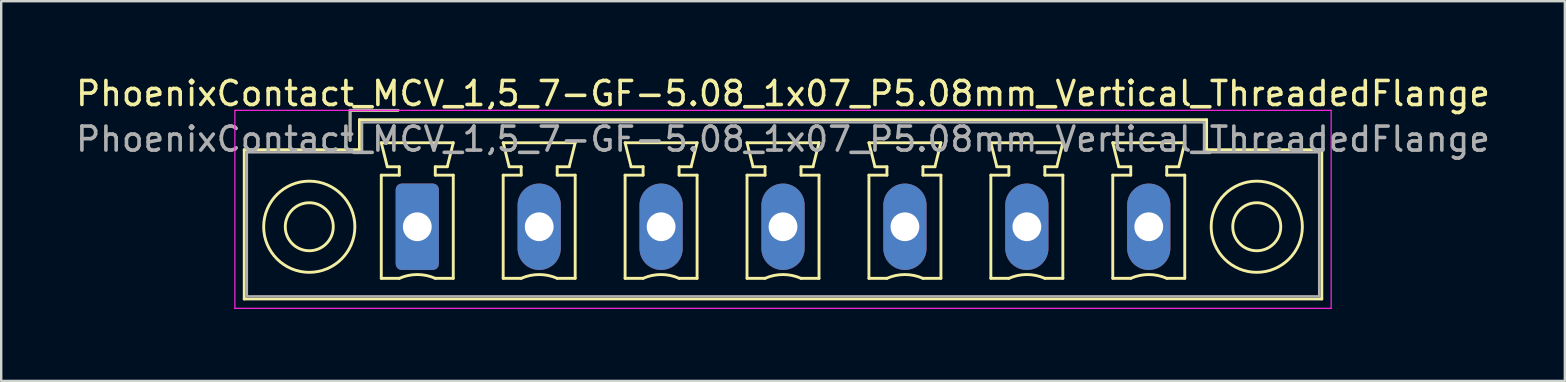
<source format=kicad_pcb>
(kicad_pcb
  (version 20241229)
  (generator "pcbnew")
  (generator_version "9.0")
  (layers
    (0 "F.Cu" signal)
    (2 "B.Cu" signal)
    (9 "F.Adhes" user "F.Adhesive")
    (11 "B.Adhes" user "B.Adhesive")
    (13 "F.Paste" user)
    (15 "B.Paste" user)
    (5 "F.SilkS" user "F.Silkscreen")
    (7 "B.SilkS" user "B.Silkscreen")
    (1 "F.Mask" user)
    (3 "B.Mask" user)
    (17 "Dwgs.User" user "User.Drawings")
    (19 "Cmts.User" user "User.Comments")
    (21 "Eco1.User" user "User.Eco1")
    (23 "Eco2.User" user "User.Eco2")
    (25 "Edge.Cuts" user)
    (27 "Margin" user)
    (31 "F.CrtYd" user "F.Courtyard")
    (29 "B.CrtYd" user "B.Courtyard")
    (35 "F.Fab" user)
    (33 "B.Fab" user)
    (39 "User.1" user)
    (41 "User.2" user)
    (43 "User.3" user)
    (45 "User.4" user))
  (footprint "PhoenixContact_MCV_1,5_7-GF-5.08_1x07_P5.08mm_Vertical_ThreadedFlange"
    (layer "F.Cu")
    (at 14.337 6.398)
    (property "Reference" "PhoenixContact_MCV_1,5_7-GF-5.08_1x07_P5.08mm_Vertical_ThreadedFlange" (at 15.24 -5.55 0) (layer "F.SilkS") (effects (font (size 1 1) (thickness 0.15))))
    (attr through_hole)
    (fp_line (start -7.21 -3.21) (end -7.21 3.01) (stroke (width 0.12) (type solid)) (layer "F.SilkS"))
    (fp_line (start -7.21 3.01) (end 37.69 3.01) (stroke (width 0.12) (type solid)) (layer "F.SilkS"))
    (fp_line (start -2.8 -4.85) (end -0.8 -4.85) (stroke (width 0.12) (type solid)) (layer "F.SilkS"))
    (fp_line (start -2.8 -3.6) (end -2.8 -4.85) (stroke (width 0.12) (type solid)) (layer "F.SilkS"))
    (fp_line (start -2.41 -4.46) (end -2.41 -3.21) (stroke (width 0.12) (type solid)) (layer "F.SilkS"))
    (fp_line (start -2.41 -3.21) (end -7.21 -3.21) (stroke (width 0.12) (type solid)) (layer "F.SilkS"))
    (fp_line (start -1.5 -3.5) (end 1.5 -3.5) (stroke (width 0.12) (type solid)) (layer "F.SilkS"))
    (fp_line (start -1.5 -2.15) (end -0.75 -2.15) (stroke (width 0.12) (type solid)) (layer "F.SilkS"))
    (fp_line (start -1.5 2.15) (end -1.5 -2.15) (stroke (width 0.12) (type solid)) (layer "F.SilkS"))
    (fp_line (start -1.25 -2.5) (end -1.5 -3.5) (stroke (width 0.12) (type solid)) (layer "F.SilkS"))
    (fp_line (start -0.75 -2.5) (end -1.25 -2.5) (stroke (width 0.12) (type solid)) (layer "F.SilkS"))
    (fp_line (start -0.75 -2.15) (end -0.75 -2.5) (stroke (width 0.12) (type solid)) (layer "F.SilkS"))
    (fp_line (start -0.75 2.15) (end -1.5 2.15) (stroke (width 0.12) (type solid)) (layer "F.SilkS"))
    (fp_line (start 0.75 -2.5) (end 0.75 -2.15) (stroke (width 0.12) (type solid)) (layer "F.SilkS"))
    (fp_line (start 0.75 -2.15) (end 1.5 -2.15) (stroke (width 0.12) (type solid)) (layer "F.SilkS"))
    (fp_line (start 1.25 -2.5) (end 0.75 -2.5) (stroke (width 0.12) (type solid)) (layer "F.SilkS"))
    (fp_line (start 1.5 -3.5) (end 1.25 -2.5) (stroke (width 0.12) (type solid)) (layer "F.SilkS"))
    (fp_line (start 1.5 -2.15) (end 1.5 2.15) (stroke (width 0.12) (type solid)) (layer "F.SilkS"))
    (fp_line (start 1.5 2.15) (end 0.75 2.15) (stroke (width 0.12) (type solid)) (layer "F.SilkS"))
    (fp_line (start 3.58 -3.5) (end 6.58 -3.5) (stroke (width 0.12) (type solid)) (layer "F.SilkS"))
    (fp_line (start 3.58 -2.15) (end 4.33 -2.15) (stroke (width 0.12) (type solid)) (layer "F.SilkS"))
    (fp_line (start 3.58 2.15) (end 3.58 -2.15) (stroke (width 0.12) (type solid)) (layer "F.SilkS"))
    (fp_line (start 3.83 -2.5) (end 3.58 -3.5) (stroke (width 0.12) (type solid)) (layer "F.SilkS"))
    (fp_line (start 4.33 -2.5) (end 3.83 -2.5) (stroke (width 0.12) (type solid)) (layer "F.SilkS"))
    (fp_line (start 4.33 -2.15) (end 4.33 -2.5) (stroke (width 0.12) (type solid)) (layer "F.SilkS"))
    (fp_line (start 4.33 2.15) (end 3.58 2.15) (stroke (width 0.12) (type solid)) (layer "F.SilkS"))
    (fp_line (start 5.83 -2.5) (end 5.83 -2.15) (stroke (width 0.12) (type solid)) (layer "F.SilkS"))
    (fp_line (start 5.83 -2.15) (end 6.58 -2.15) (stroke (width 0.12) (type solid)) (layer "F.SilkS"))
    (fp_line (start 6.33 -2.5) (end 5.83 -2.5) (stroke (width 0.12) (type solid)) (layer "F.SilkS"))
    (fp_line (start 6.58 -3.5) (end 6.33 -2.5) (stroke (width 0.12) (type solid)) (layer "F.SilkS"))
    (fp_line (start 6.58 -2.15) (end 6.58 2.15) (stroke (width 0.12) (type solid)) (layer "F.SilkS"))
    (fp_line (start 6.58 2.15) (end 5.83 2.15) (stroke (width 0.12) (type solid)) (layer "F.SilkS"))
    (fp_line (start 8.66 -3.5) (end 11.66 -3.5) (stroke (width 0.12) (type solid)) (layer "F.SilkS"))
    (fp_line (start 8.66 -2.15) (end 9.41 -2.15) (stroke (width 0.12) (type solid)) (layer "F.SilkS"))
    (fp_line (start 8.66 2.15) (end 8.66 -2.15) (stroke (width 0.12) (type solid)) (layer "F.SilkS"))
    (fp_line (start 8.91 -2.5) (end 8.66 -3.5) (stroke (width 0.12) (type solid)) (layer "F.SilkS"))
    (fp_line (start 9.41 -2.5) (end 8.91 -2.5) (stroke (width 0.12) (type solid)) (layer "F.SilkS"))
    (fp_line (start 9.41 -2.15) (end 9.41 -2.5) (stroke (width 0.12) (type solid)) (layer "F.SilkS"))
    (fp_line (start 9.41 2.15) (end 8.66 2.15) (stroke (width 0.12) (type solid)) (layer "F.SilkS"))
    (fp_line (start 10.91 -2.5) (end 10.91 -2.15) (stroke (width 0.12) (type solid)) (layer "F.SilkS"))
    (fp_line (start 10.91 -2.15) (end 11.66 -2.15) (stroke (width 0.12) (type solid)) (layer "F.SilkS"))
    (fp_line (start 11.41 -2.5) (end 10.91 -2.5) (stroke (width 0.12) (type solid)) (layer "F.SilkS"))
    (fp_line (start 11.66 -3.5) (end 11.41 -2.5) (stroke (width 0.12) (type solid)) (layer "F.SilkS"))
    (fp_line (start 11.66 -2.15) (end 11.66 2.15) (stroke (width 0.12) (type solid)) (layer "F.SilkS"))
    (fp_line (start 11.66 2.15) (end 10.91 2.15) (stroke (width 0.12) (type solid)) (layer "F.SilkS"))
    (fp_line (start 13.74 -3.5) (end 16.74 -3.5) (stroke (width 0.12) (type solid)) (layer "F.SilkS"))
    (fp_line (start 13.74 -2.15) (end 14.49 -2.15) (stroke (width 0.12) (type solid)) (layer "F.SilkS"))
    (fp_line (start 13.74 2.15) (end 13.74 -2.15) (stroke (width 0.12) (type solid)) (layer "F.SilkS"))
    (fp_line (start 13.99 -2.5) (end 13.74 -3.5) (stroke (width 0.12) (type solid)) (layer "F.SilkS"))
    (fp_line (start 14.49 -2.5) (end 13.99 -2.5) (stroke (width 0.12) (type solid)) (layer "F.SilkS"))
    (fp_line (start 14.49 -2.15) (end 14.49 -2.5) (stroke (width 0.12) (type solid)) (layer "F.SilkS"))
    (fp_line (start 14.49 2.15) (end 13.74 2.15) (stroke (width 0.12) (type solid)) (layer "F.SilkS"))
    (fp_line (start 15.99 -2.5) (end 15.99 -2.15) (stroke (width 0.12) (type solid)) (layer "F.SilkS"))
    (fp_line (start 15.99 -2.15) (end 16.74 -2.15) (stroke (width 0.12) (type solid)) (layer "F.SilkS"))
    (fp_line (start 16.49 -2.5) (end 15.99 -2.5) (stroke (width 0.12) (type solid)) (layer "F.SilkS"))
    (fp_line (start 16.74 -3.5) (end 16.49 -2.5) (stroke (width 0.12) (type solid)) (layer "F.SilkS"))
    (fp_line (start 16.74 -2.15) (end 16.74 2.15) (stroke (width 0.12) (type solid)) (layer "F.SilkS"))
    (fp_line (start 16.74 2.15) (end 15.99 2.15) (stroke (width 0.12) (type solid)) (layer "F.SilkS"))
    (fp_line (start 18.82 -3.5) (end 21.82 -3.5) (stroke (width 0.12) (type solid)) (layer "F.SilkS"))
    (fp_line (start 18.82 -2.15) (end 19.57 -2.15) (stroke (width 0.12) (type solid)) (layer "F.SilkS"))
    (fp_line (start 18.82 2.15) (end 18.82 -2.15) (stroke (width 0.12) (type solid)) (layer "F.SilkS"))
    (fp_line (start 19.07 -2.5) (end 18.82 -3.5) (stroke (width 0.12) (type solid)) (layer "F.SilkS"))
    (fp_line (start 19.57 -2.5) (end 19.07 -2.5) (stroke (width 0.12) (type solid)) (layer "F.SilkS"))
    (fp_line (start 19.57 -2.15) (end 19.57 -2.5) (stroke (width 0.12) (type solid)) (layer "F.SilkS"))
    (fp_line (start 19.57 2.15) (end 18.82 2.15) (stroke (width 0.12) (type solid)) (layer "F.SilkS"))
    (fp_line (start 21.07 -2.5) (end 21.07 -2.15) (stroke (width 0.12) (type solid)) (layer "F.SilkS"))
    (fp_line (start 21.07 -2.15) (end 21.82 -2.15) (stroke (width 0.12) (type solid)) (layer "F.SilkS"))
    (fp_line (start 21.57 -2.5) (end 21.07 -2.5) (stroke (width 0.12) (type solid)) (layer "F.SilkS"))
    (fp_line (start 21.82 -3.5) (end 21.57 -2.5) (stroke (width 0.12) (type solid)) (layer "F.SilkS"))
    (fp_line (start 21.82 -2.15) (end 21.82 2.15) (stroke (width 0.12) (type solid)) (layer "F.SilkS"))
    (fp_line (start 21.82 2.15) (end 21.07 2.15) (stroke (width 0.12) (type solid)) (layer "F.SilkS"))
    (fp_line (start 23.9 -3.5) (end 26.9 -3.5) (stroke (width 0.12) (type solid)) (layer "F.SilkS"))
    (fp_line (start 23.9 -2.15) (end 24.65 -2.15) (stroke (width 0.12) (type solid)) (layer "F.SilkS"))
    (fp_line (start 23.9 2.15) (end 23.9 -2.15) (stroke (width 0.12) (type solid)) (layer "F.SilkS"))
    (fp_line (start 24.15 -2.5) (end 23.9 -3.5) (stroke (width 0.12) (type solid)) (layer "F.SilkS"))
    (fp_line (start 24.65 -2.5) (end 24.15 -2.5) (stroke (width 0.12) (type solid)) (layer "F.SilkS"))
    (fp_line (start 24.65 -2.15) (end 24.65 -2.5) (stroke (width 0.12) (type solid)) (layer "F.SilkS"))
    (fp_line (start 24.65 2.15) (end 23.9 2.15) (stroke (width 0.12) (type solid)) (layer "F.SilkS"))
    (fp_line (start 26.15 -2.5) (end 26.15 -2.15) (stroke (width 0.12) (type solid)) (layer "F.SilkS"))
    (fp_line (start 26.15 -2.15) (end 26.9 -2.15) (stroke (width 0.12) (type solid)) (layer "F.SilkS"))
    (fp_line (start 26.65 -2.5) (end 26.15 -2.5) (stroke (width 0.12) (type solid)) (layer "F.SilkS"))
    (fp_line (start 26.9 -3.5) (end 26.65 -2.5) (stroke (width 0.12) (type solid)) (layer "F.SilkS"))
    (fp_line (start 26.9 -2.15) (end 26.9 2.15) (stroke (width 0.12) (type solid)) (layer "F.SilkS"))
    (fp_line (start 26.9 2.15) (end 26.15 2.15) (stroke (width 0.12) (type solid)) (layer "F.SilkS"))
    (fp_line (start 28.98 -3.5) (end 31.98 -3.5) (stroke (width 0.12) (type solid)) (layer "F.SilkS"))
    (fp_line (start 28.98 -2.15) (end 29.73 -2.15) (stroke (width 0.12) (type solid)) (layer "F.SilkS"))
    (fp_line (start 28.98 2.15) (end 28.98 -2.15) (stroke (width 0.12) (type solid)) (layer "F.SilkS"))
    (fp_line (start 29.23 -2.5) (end 28.98 -3.5) (stroke (width 0.12) (type solid)) (layer "F.SilkS"))
    (fp_line (start 29.73 -2.5) (end 29.23 -2.5) (stroke (width 0.12) (type solid)) (layer "F.SilkS"))
    (fp_line (start 29.73 -2.15) (end 29.73 -2.5) (stroke (width 0.12) (type solid)) (layer "F.SilkS"))
    (fp_line (start 29.73 2.15) (end 28.98 2.15) (stroke (width 0.12) (type solid)) (layer "F.SilkS"))
    (fp_line (start 31.23 -2.5) (end 31.23 -2.15) (stroke (width 0.12) (type solid)) (layer "F.SilkS"))
    (fp_line (start 31.23 -2.15) (end 31.98 -2.15) (stroke (width 0.12) (type solid)) (layer "F.SilkS"))
    (fp_line (start 31.73 -2.5) (end 31.23 -2.5) (stroke (width 0.12) (type solid)) (layer "F.SilkS"))
    (fp_line (start 31.98 -3.5) (end 31.73 -2.5) (stroke (width 0.12) (type solid)) (layer "F.SilkS"))
    (fp_line (start 31.98 -2.15) (end 31.98 2.15) (stroke (width 0.12) (type solid)) (layer "F.SilkS"))
    (fp_line (start 31.98 2.15) (end 31.23 2.15) (stroke (width 0.12) (type solid)) (layer "F.SilkS"))
    (fp_line (start 32.89 -4.46) (end -2.41 -4.46) (stroke (width 0.12) (type solid)) (layer "F.SilkS"))
    (fp_line (start 32.89 -3.21) (end 32.89 -4.46) (stroke (width 0.12) (type solid)) (layer "F.SilkS"))
    (fp_line (start 37.69 -3.21) (end 32.89 -3.21) (stroke (width 0.12) (type solid)) (layer "F.SilkS"))
    (fp_line (start 37.69 3.01) (end 37.69 -3.21) (stroke (width 0.12) (type solid)) (layer "F.SilkS"))
    (fp_arc (start -0.75 2.15) (mid -0.000193 1.99191) (end 0.749647 2.149844) (stroke (width 0.12) (type solid)) (layer "F.SilkS"))
    (fp_arc (start 4.33 2.15) (mid 5.079807 1.99191) (end 5.829647 2.149844) (stroke (width 0.12) (type solid)) (layer "F.SilkS"))
    (fp_arc (start 9.41 2.15) (mid 10.159807 1.99191) (end 10.909647 2.149844) (stroke (width 0.12) (type solid)) (layer "F.SilkS"))
    (fp_arc (start 14.49 2.15) (mid 15.239807 1.99191) (end 15.989647 2.149844) (stroke (width 0.12) (type solid)) (layer "F.SilkS"))
    (fp_arc (start 19.57 2.15) (mid 20.319807 1.99191) (end 21.069647 2.149844) (stroke (width 0.12) (type solid)) (layer "F.SilkS"))
    (fp_arc (start 24.65 2.15) (mid 25.399807 1.99191) (end 26.149647 2.149844) (stroke (width 0.12) (type solid)) (layer "F.SilkS"))
    (fp_arc (start 29.73 2.15) (mid 30.479807 1.99191) (end 31.229647 2.149844) (stroke (width 0.12) (type solid)) (layer "F.SilkS"))
    (fp_circle (center -4.5 0) (end -3.5 0) (stroke (width 0.12) (type solid)) (fill no) (layer "F.SilkS"))
    (fp_circle (center -4.5 0) (end -2.6 0) (stroke (width 0.12) (type solid)) (fill no) (layer "F.SilkS"))
    (fp_circle (center 34.98 0) (end 35.98 0) (stroke (width 0.12) (type solid)) (fill no) (layer "F.SilkS"))
    (fp_circle (center 34.98 0) (end 36.88 0) (stroke (width 0.12) (type solid)) (fill no) (layer "F.SilkS"))
    (fp_line (start -7.6 -4.85) (end -7.6 3.4) (stroke (width 0.05) (type solid)) (layer "F.CrtYd"))
    (fp_line (start -7.6 3.4) (end 38.08 3.4) (stroke (width 0.05) (type solid)) (layer "F.CrtYd"))
    (fp_line (start 38.08 -4.85) (end -7.6 -4.85) (stroke (width 0.05) (type solid)) (layer "F.CrtYd"))
    (fp_line (start 38.08 3.4) (end 38.08 -4.85) (stroke (width 0.05) (type solid)) (layer "F.CrtYd"))
    (fp_line (start -7.1 -3.1) (end -7.1 2.9) (stroke (width 0.1) (type solid)) (layer "F.Fab"))
    (fp_line (start -7.1 2.9) (end 37.58 2.9) (stroke (width 0.1) (type solid)) (layer "F.Fab"))
    (fp_line (start -2.8 -4.85) (end -0.8 -4.85) (stroke (width 0.1) (type solid)) (layer "F.Fab"))
    (fp_line (start -2.8 -3.6) (end -2.8 -4.85) (stroke (width 0.1) (type solid)) (layer "F.Fab"))
    (fp_line (start -2.3 -4.35) (end -2.3 -3.1) (stroke (width 0.1) (type solid)) (layer "F.Fab"))
    (fp_line (start -2.3 -3.1) (end -7.1 -3.1) (stroke (width 0.1) (type solid)) (layer "F.Fab"))
    (fp_line (start 32.78 -4.35) (end -2.3 -4.35) (stroke (width 0.1) (type solid)) (layer "F.Fab"))
    (fp_line (start 32.78 -3.1) (end 32.78 -4.35) (stroke (width 0.1) (type solid)) (layer "F.Fab"))
    (fp_line (start 37.58 -3.1) (end 32.78 -3.1) (stroke (width 0.1) (type solid)) (layer "F.Fab"))
    (fp_line (start 37.58 2.9) (end 37.58 -3.1) (stroke (width 0.1) (type solid)) (layer "F.Fab"))
    (fp_text user "${REFERENCE}" (at 15.24 -3.65 0) (layer "F.Fab") (effects (font (size 1 1) (thickness 0.15))))
    (pad "1" thru_hole roundrect (at 0 0) (size 1.8 3.6) (drill 1.2) (layers "*.Cu" "*.Mask") (roundrect_rratio 0.139))
    (pad "2" thru_hole oval (at 5.08 0) (size 1.8 3.6) (drill 1.2) (layers "*.Cu" "*.Mask"))
    (pad "3" thru_hole oval (at 10.16 0) (size 1.8 3.6) (drill 1.2) (layers "*.Cu" "*.Mask"))
    (pad "4" thru_hole oval (at 15.24 0) (size 1.8 3.6) (drill 1.2) (layers "*.Cu" "*.Mask"))
    (pad "5" thru_hole oval (at 20.32 0) (size 1.8 3.6) (drill 1.2) (layers "*.Cu" "*.Mask"))
    (pad "6" thru_hole oval (at 25.4 0) (size 1.8 3.6) (drill 1.2) (layers "*.Cu" "*.Mask"))
    (pad "7" thru_hole oval (at 30.48 0) (size 1.8 3.6) (drill 1.2) (layers "*.Cu" "*.Mask")))
  (gr_rect
    (start -3 -3)
    (end 62.155 12.823)
    (stroke (width 0.1) (type default))
    (fill no)
    (layer "Edge.Cuts")))
</source>
